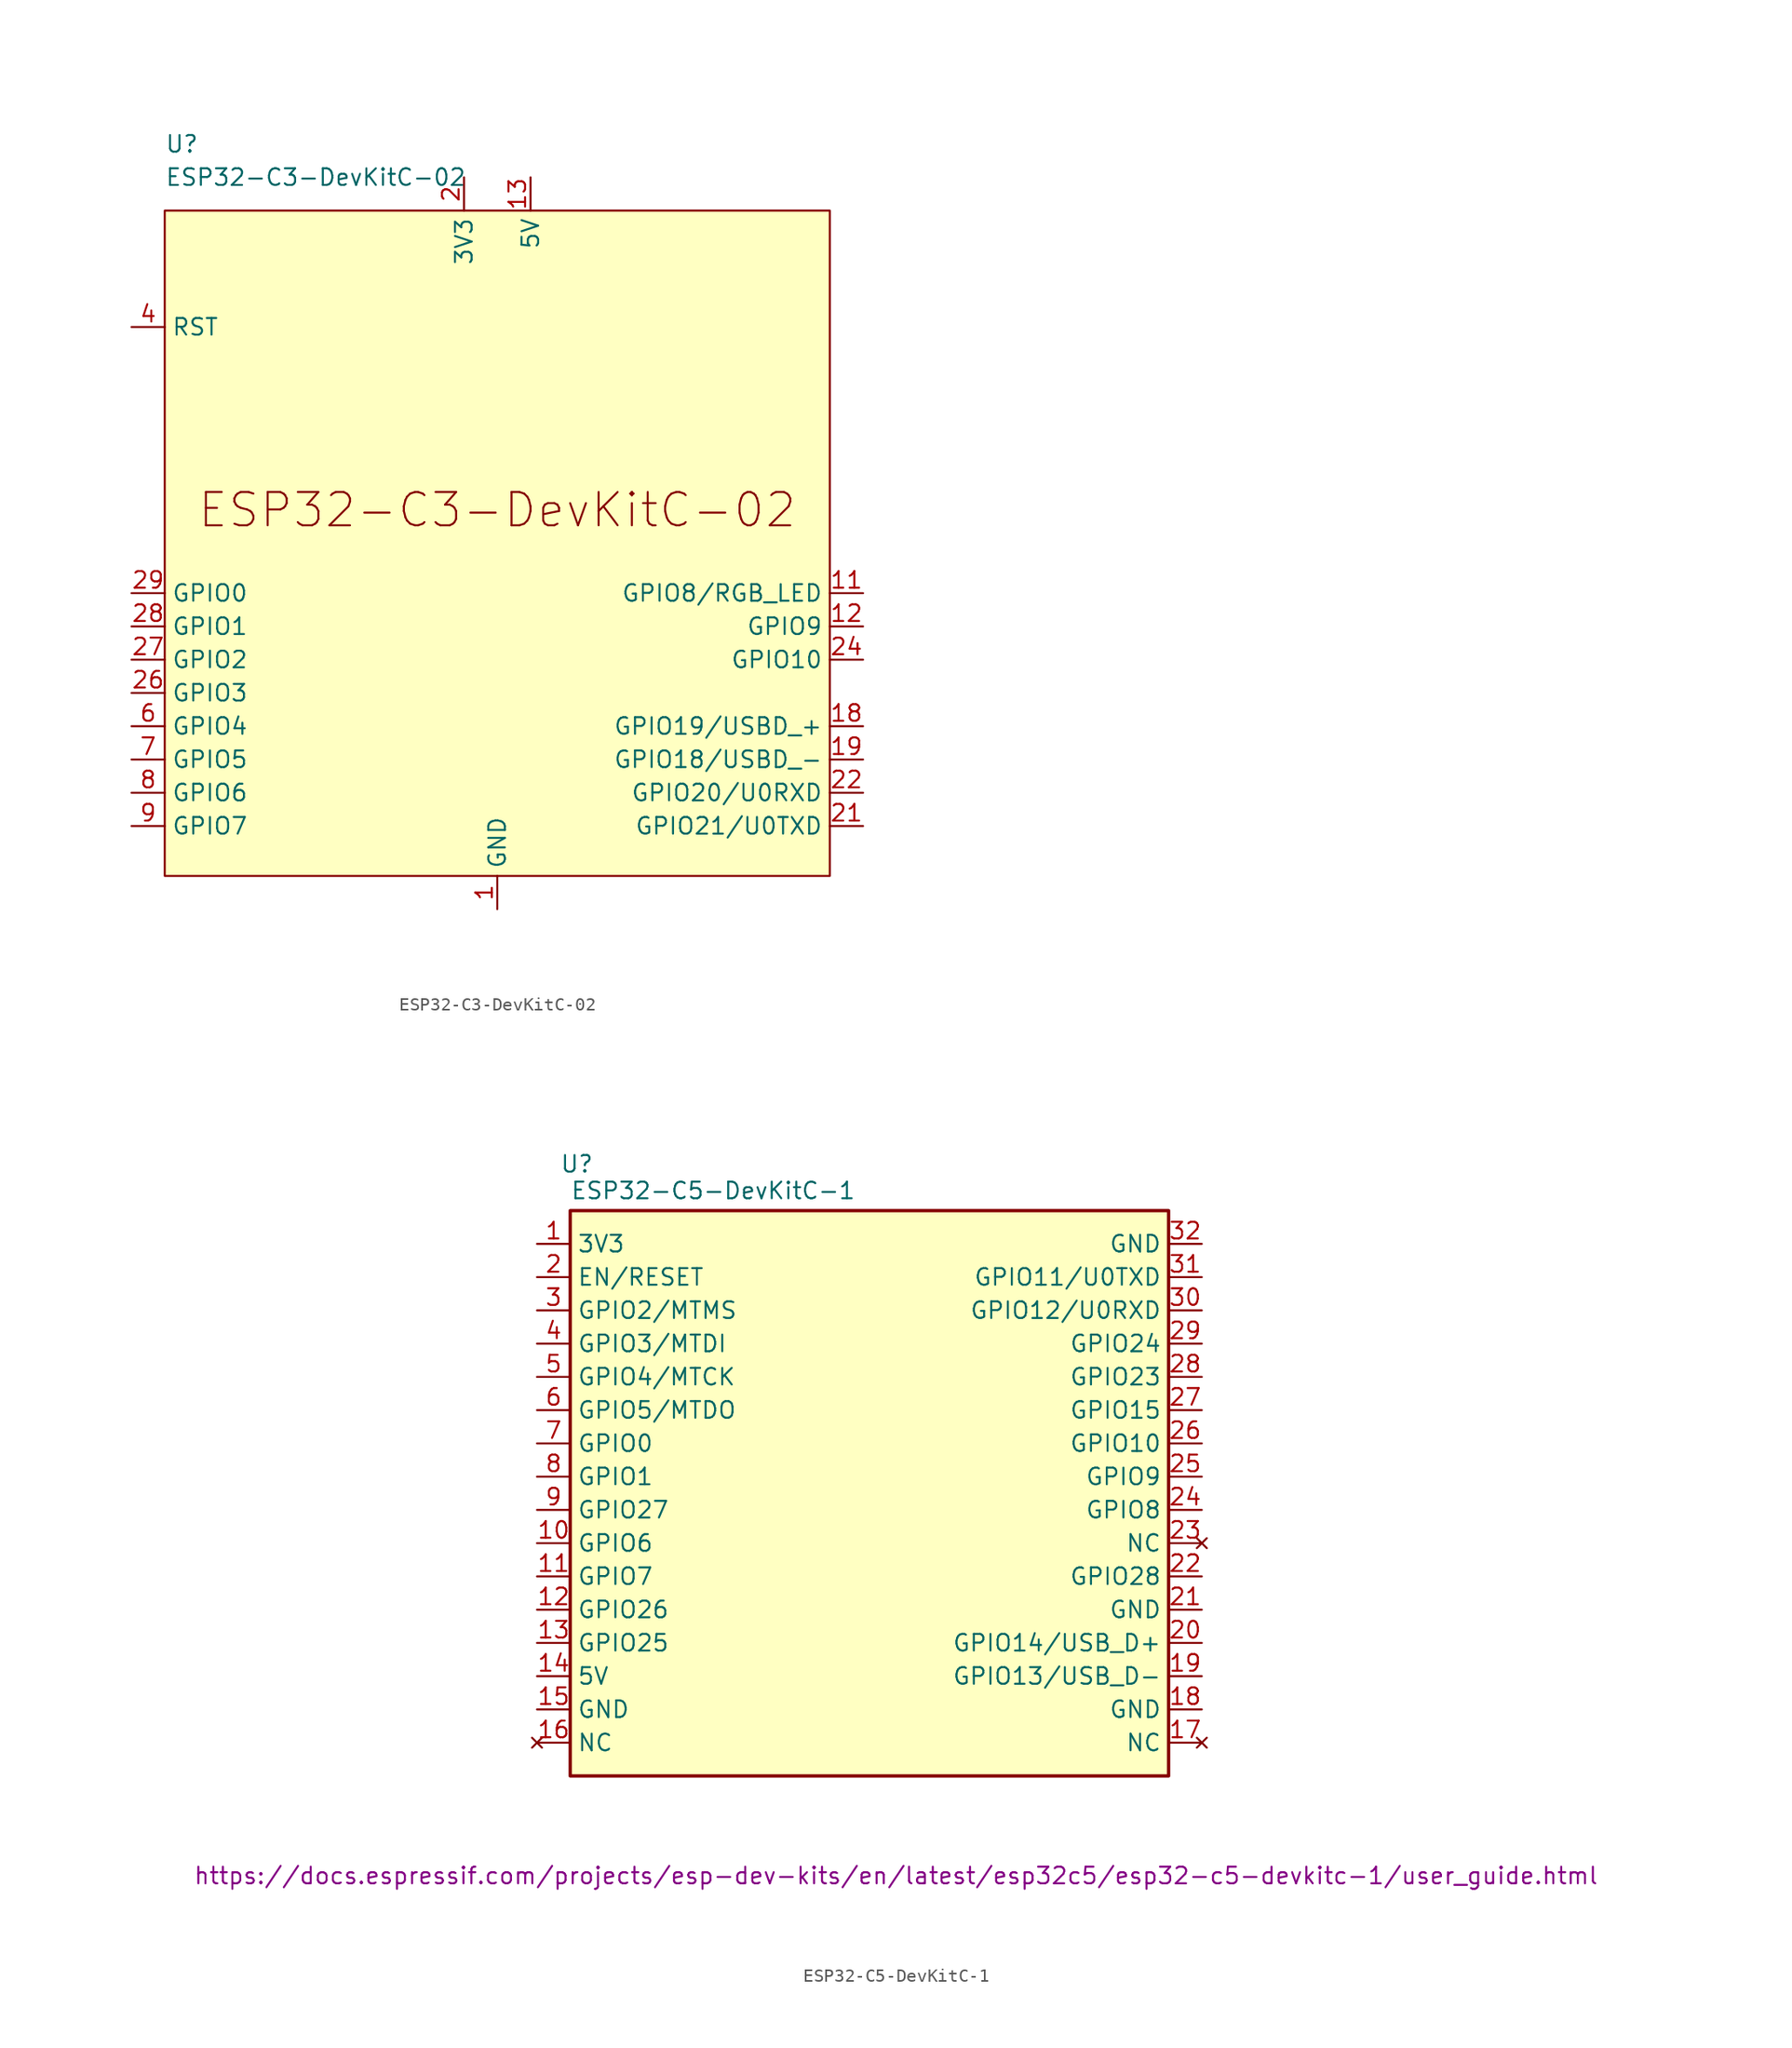
<source format=kicad_sym>
(kicad_symbol_lib
  (version 20241209)
  (generator "kicad_symbol_editor")
  (generator_version "9.0")
  (symbol "ESP32-C3-DevKitC-02"
    (property "Reference" "U"
      (at -25.4 30.48 0)
      (effects (font (size 1.27 1.27)) (justify left)))
    (property "Value" "ESP32-C3-DevKitC-02"
      (at -25.4 27.94 0)
      (effects (font (size 1.27 1.27)) (justify left)))
    (symbol "ESP32-C3-DevKitC-02_0_1"
      (rectangle (start -25.4 25.4) (end 25.4 -25.4) (stroke (width 0) (type default)) (fill (type background))))
    (symbol "ESP32-C3-DevKitC-02_1_0"
      (text "ESP32-C3-DevKitC-02" (at 0 2.54 0) (effects (font (size 2.54 2.54)))))
    (symbol "ESP32-C3-DevKitC-02_1_1"
      (pin output line (at -27.94 16.51 0) (length 2.54) (name "RST" (effects (font (size 1.27 1.27)))) (number "4" (effects (font (size 1.27 1.27)))))
      (pin bidirectional line (at -27.94 -3.81 0) (length 2.54) (name "GPIO0" (effects (font (size 1.27 1.27)))) (number "29" (effects (font (size 1.27 1.27)))))
      (pin bidirectional line (at -27.94 -6.35 0) (length 2.54) (name "GPIO1" (effects (font (size 1.27 1.27)))) (number "28" (effects (font (size 1.27 1.27)))))
      (pin bidirectional line (at -27.94 -8.89 0) (length 2.54) (name "GPIO2" (effects (font (size 1.27 1.27)))) (number "27" (effects (font (size 1.27 1.27)))))
      (pin bidirectional line (at -27.94 -11.43 0) (length 2.54) (name "GPIO3" (effects (font (size 1.27 1.27)))) (number "26" (effects (font (size 1.27 1.27)))))
      (pin bidirectional line (at -27.94 -13.97 0) (length 2.54) (name "GPIO4" (effects (font (size 1.27 1.27)))) (number "6" (effects (font (size 1.27 1.27)))))
      (pin bidirectional line (at -27.94 -16.51 0) (length 2.54) (name "GPIO5" (effects (font (size 1.27 1.27)))) (number "7" (effects (font (size 1.27 1.27)))))
      (pin bidirectional line (at -27.94 -19.05 0) (length 2.54) (name "GPIO6" (effects (font (size 1.27 1.27)))) (number "8" (effects (font (size 1.27 1.27)))))
      (pin bidirectional line (at -27.94 -21.59 0) (length 2.54) (name "GPIO7" (effects (font (size 1.27 1.27)))) (number "9" (effects (font (size 1.27 1.27)))))
      (pin power_in line (at -2.54 27.94 270) (length 2.54) (name "3V3" (effects (font (size 1.27 1.27)))) (number "2" (effects (font (size 1.27 1.27)))))
      (pin power_in line (at -2.54 27.94 270) (length 2.54) (hide yes) (name "3V3" (effects (font (size 1.27 1.27)))) (number "3" (effects (font (size 1.27 1.27)))))
      (pin passive line (at 0 -27.94 90) (length 2.54) (name "GND" (effects (font (size 1.27 1.27)))) (number "1" (effects (font (size 1.27 1.27)))))
      (pin passive line (at 0 -27.94 90) (length 2.54) (hide yes) (name "GND" (effects (font (size 1.27 1.27)))) (number "10" (effects (font (size 1.27 1.27)))))
      (pin passive line (at 0 -27.94 90) (length 2.54) (hide yes) (name "GND" (effects (font (size 1.27 1.27)))) (number "15" (effects (font (size 1.27 1.27)))))
      (pin passive line (at 0 -27.94 90) (length 2.54) (hide yes) (name "GND" (effects (font (size 1.27 1.27)))) (number "16" (effects (font (size 1.27 1.27)))))
      (pin passive line (at 0 -27.94 90) (length 2.54) (hide yes) (name "GND" (effects (font (size 1.27 1.27)))) (number "17" (effects (font (size 1.27 1.27)))))
      (pin passive line (at 0 -27.94 90) (length 2.54) (hide yes) (name "GND" (effects (font (size 1.27 1.27)))) (number "20" (effects (font (size 1.27 1.27)))))
      (pin passive line (at 0 -27.94 90) (length 2.54) (hide yes) (name "GND" (effects (font (size 1.27 1.27)))) (number "23" (effects (font (size 1.27 1.27)))))
      (pin passive line (at 0 -27.94 90) (length 2.54) (hide yes) (name "GND" (effects (font (size 1.27 1.27)))) (number "25" (effects (font (size 1.27 1.27)))))
      (pin passive line (at 0 -27.94 90) (length 2.54) (hide yes) (name "GND" (effects (font (size 1.27 1.27)))) (number "30" (effects (font (size 1.27 1.27)))))
      (pin passive line (at 0 -27.94 90) (length 2.54) (hide yes) (name "GND" (effects (font (size 1.27 1.27)))) (number "5" (effects (font (size 1.27 1.27)))))
      (pin power_in line (at 2.54 27.94 270) (length 2.54) (name "5V" (effects (font (size 1.27 1.27)))) (number "13" (effects (font (size 1.27 1.27)))))
      (pin power_in line (at 2.54 27.94 270) (length 2.54) (hide yes) (name "5V" (effects (font (size 1.27 1.27)))) (number "14" (effects (font (size 1.27 1.27)))))
      (pin bidirectional line (at 27.94 -3.81 180) (length 2.54) (name "GPIO8/RGB_LED" (effects (font (size 1.27 1.27)))) (number "11" (effects (font (size 1.27 1.27)))))
      (pin bidirectional line (at 27.94 -6.35 180) (length 2.54) (name "GPIO9" (effects (font (size 1.27 1.27)))) (number "12" (effects (font (size 1.27 1.27)))))
      (pin bidirectional line (at 27.94 -8.89 180) (length 2.54) (name "GPIO10" (effects (font (size 1.27 1.27)))) (number "24" (effects (font (size 1.27 1.27)))))
      (pin bidirectional line (at 27.94 -13.97 180) (length 2.54) (name "GPIO19/USBD_+" (effects (font (size 1.27 1.27)))) (number "18" (effects (font (size 1.27 1.27)))))
      (pin bidirectional line (at 27.94 -16.51 180) (length 2.54) (name "GPIO18/USBD_-" (effects (font (size 1.27 1.27)))) (number "19" (effects (font (size 1.27 1.27)))))
      (pin bidirectional line (at 27.94 -19.05 180) (length 2.54) (name "GPIO20/U0RXD" (effects (font (size 1.27 1.27)))) (number "22" (effects (font (size 1.27 1.27)))))
      (pin bidirectional line (at 27.94 -21.59 180) (length 2.54) (name "GPIO21/U0TXD" (effects (font (size 1.27 1.27)))) (number "21" (effects (font (size 1.27 1.27)))))))
  (symbol "ESP32-C5-DevKitC-1"
    (property "Reference" "U"
      (at -22.352 -0.254 0)
      (effects (font (size 1.27 1.27))))
    (property "Value" "ESP32-C5-DevKitC-1"
      (at -11.938 -2.286 0)
      (effects (font (size 1.27 1.27))))
    (property "Datasheet" "https://docs.espressif.com/projects/esp-dev-kits/en/latest/esp32c5/esp32-c5-devkitc-1/user_guide.html"
      (at 2.032 -54.61 0)
      (effects (font (size 1.27 1.27))))
    (symbol "ESP32-C5-DevKitC-1_0_1"
      (rectangle (start -22.86 -3.81) (end 22.86 -46.99) (stroke (width 0.254) (type default)) (fill (type background))))
    (symbol "ESP32-C5-DevKitC-1_1_0"
      (pin input line (at -25.4 -8.89 0) (length 2.54) (name "EN/RESET" (effects (font (size 1.27 1.27)))) (number "2" (effects (font (size 1.27 1.27)))))
      (pin power_in line (at -25.4 -39.37 0) (length 2.54) (name "5V" (effects (font (size 1.27 1.27)))) (number "14" (effects (font (size 1.27 1.27))))))
    (symbol "ESP32-C5-DevKitC-1_1_1"
      (pin power_in line (at -25.4 -6.35 0) (length 2.54) (name "3V3" (effects (font (size 1.27 1.27)))) (number "1" (effects (font (size 1.27 1.27)))))
      (pin bidirectional line (at -25.4 -11.43 0) (length 2.54) (name "GPIO2/MTMS" (effects (font (size 1.27 1.27)))) (number "3" (effects (font (size 1.27 1.27)))) (alternate "GPIO4" bidirectional line) (alternate "GPIO4/ADC1_CH4" bidirectional line) (alternate "GPIO4/FSPIHD" bidirectional line) (alternate "GPIO4/LP_GPIO4" bidirectional line) (alternate "GPIO4/LP_UART_RXD" bidirectional line))
      (pin bidirectional line (at -25.4 -13.97 0) (length 2.54) (name "GPIO3/MTDI" (effects (font (size 1.27 1.27)))) (number "4" (effects (font (size 1.27 1.27)))) (alternate "GPIO5" bidirectional line) (alternate "GPIO5/ADC1_CH5" bidirectional line) (alternate "GPIO5/FSPIWP" bidirectional line) (alternate "GPIO5/LP_GPIO5" bidirectional line) (alternate "GPIO5/LP_UART_TXD" bidirectional line))
      (pin bidirectional line (at -25.4 -16.51 0) (length 2.54) (name "GPIO4/MTCK" (effects (font (size 1.27 1.27)))) (number "5" (effects (font (size 1.27 1.27)))) (alternate "GPIO6/ADC1_CH6" bidirectional line) (alternate "GPIO6/FSPICLK" bidirectional line) (alternate "GPIO6/LP_GPIO6" bidirectional line) (alternate "GPIO6/LP_I2C_SDA" bidirectional line) (alternate "GPIO6/MTCK" bidirectional line))
      (pin bidirectional line (at -25.4 -19.05 0) (length 2.54) (name "GPIO5/MTDO" (effects (font (size 1.27 1.27)))) (number "6" (effects (font (size 1.27 1.27)))))
      (pin bidirectional line (at -25.4 -21.59 0) (length 2.54) (name "GPIO0" (effects (font (size 1.27 1.27)))) (number "7" (effects (font (size 1.27 1.27)))) (alternate "GPIO0/ADC1_CH0" bidirectional line) (alternate "GPIO0/LP_GPIO0" bidirectional line) (alternate "GPIO0/LP_UART_DTRN" bidirectional line) (alternate "GPIO0/XTAL_32K_P" bidirectional line))
      (pin bidirectional line (at -25.4 -24.13 0) (length 2.54) (name "GPIO1" (effects (font (size 1.27 1.27)))) (number "8" (effects (font (size 1.27 1.27)))) (alternate "GPIO1/ADC1_CH1" bidirectional line) (alternate "GPIO1/LP_GPIO1" bidirectional line) (alternate "GPIO1/LP_UART_DSRN" bidirectional line) (alternate "GPIO1/XTAL_32K_N" bidirectional line))
      (pin bidirectional line (at -25.4 -26.67 0) (length 2.54) (name "GPIO27" (effects (font (size 1.27 1.27)))) (number "9" (effects (font (size 1.27 1.27)))))
      (pin bidirectional line (at -25.4 -29.21 0) (length 2.54) (name "GPIO6" (effects (font (size 1.27 1.27)))) (number "10" (effects (font (size 1.27 1.27)))))
      (pin bidirectional line (at -25.4 -31.75 0) (length 2.54) (name "GPIO7" (effects (font (size 1.27 1.27)))) (number "11" (effects (font (size 1.27 1.27)))))
      (pin bidirectional line (at -25.4 -34.29 0) (length 2.54) (name "GPIO26" (effects (font (size 1.27 1.27)))) (number "12" (effects (font (size 1.27 1.27)))) (alternate "GPIO2/ADC1_CH2" bidirectional line) (alternate "GPIO2/FSPIQ" bidirectional line) (alternate "GPIO2/LP_GPIO2" bidirectional line) (alternate "GPIO2/LP_UART_RTSN" bidirectional line))
      (pin bidirectional line (at -25.4 -36.83 0) (length 2.54) (name "GPIO25" (effects (font (size 1.27 1.27)))) (number "13" (effects (font (size 1.27 1.27)))) (alternate "GPIO3/ADC1_CH3" bidirectional line) (alternate "GPIO3/LP_GPIO3" bidirectional line) (alternate "GPIO3/LP_UART_CTSN" bidirectional line))
      (pin power_in line (at -25.4 -41.91 0) (length 2.54) (name "GND" (effects (font (size 1.27 1.27)))) (number "15" (effects (font (size 1.27 1.27)))))
      (pin no_connect line (at -25.4 -44.45 0) (length 2.54) (name "NC" (effects (font (size 1.27 1.27)))) (number "16" (effects (font (size 1.27 1.27)))))
      (pin power_in line (at 25.4 -6.35 180) (length 2.54) (name "GND" (effects (font (size 1.27 1.27)))) (number "32" (effects (font (size 1.27 1.27)))))
      (pin bidirectional line (at 25.4 -8.89 180) (length 2.54) (name "GPIO11/U0TXD" (effects (font (size 1.27 1.27)))) (number "31" (effects (font (size 1.27 1.27)))) (alternate "GPIO16" bidirectional line) (alternate "GPIO16/FSPICS0" bidirectional line))
      (pin bidirectional line (at 25.4 -11.43 180) (length 2.54) (name "GPIO12/U0RXD" (effects (font (size 1.27 1.27)))) (number "30" (effects (font (size 1.27 1.27)))) (alternate "GPIO17" bidirectional line) (alternate "GPIO17/FSPICS1" bidirectional line))
      (pin bidirectional line (at 25.4 -13.97 180) (length 2.54) (name "GPIO24" (effects (font (size 1.27 1.27)))) (number "29" (effects (font (size 1.27 1.27)))))
      (pin bidirectional line (at 25.4 -16.51 180) (length 2.54) (name "GPIO23" (effects (font (size 1.27 1.27)))) (number "28" (effects (font (size 1.27 1.27)))) (alternate "GPIO23/SDIO_DATA3" bidirectional line))
      (pin bidirectional line (at 25.4 -19.05 180) (length 2.54) (name "GPIO15" (effects (font (size 1.27 1.27)))) (number "27" (effects (font (size 1.27 1.27)))) (alternate "GPIO22/SDIO_DATA2" bidirectional line))
      (pin bidirectional line (at 25.4 -21.59 180) (length 2.54) (name "GPIO10" (effects (font (size 1.27 1.27)))) (number "26" (effects (font (size 1.27 1.27)))) (alternate "GPIO21/FSPICS5" bidirectional line) (alternate "GPIO21/SDIO_DATA1" bidirectional line))
      (pin bidirectional line (at 25.4 -24.13 180) (length 2.54) (name "GPIO9" (effects (font (size 1.27 1.27)))) (number "25" (effects (font (size 1.27 1.27)))) (alternate "GPIO20/FSPICS4" bidirectional line) (alternate "GPIO20/SDIO_DATA0" bidirectional line))
      (pin bidirectional line (at 25.4 -26.67 180) (length 2.54) (name "GPIO8" (effects (font (size 1.27 1.27)))) (number "24" (effects (font (size 1.27 1.27)))) (alternate "GPIO19/FSPICS3" bidirectional line) (alternate "GPIO19/SDIO_CLK" bidirectional line))
      (pin no_connect line (at 25.4 -29.21 180) (length 2.54) (name "NC" (effects (font (size 1.27 1.27)))) (number "23" (effects (font (size 1.27 1.27)))) (alternate "GPIO18/FSPICS2" bidirectional line) (alternate "GPIO18/SDIO_CMD" bidirectional line))
      (pin bidirectional line (at 25.4 -31.75 180) (length 2.54) (name "GPIO28" (effects (font (size 1.27 1.27)))) (number "22" (effects (font (size 1.27 1.27)))))
      (pin power_in line (at 25.4 -34.29 180) (length 2.54) (name "GND" (effects (font (size 1.27 1.27)))) (number "21" (effects (font (size 1.27 1.27)))))
      (pin bidirectional line (at 25.4 -36.83 180) (length 2.54) (name "GPIO14/USB_D+" (effects (font (size 1.27 1.27)))) (number "20" (effects (font (size 1.27 1.27)))) (alternate "GPIO13" bidirectional line))
      (pin bidirectional line (at 25.4 -39.37 180) (length 2.54) (name "GPIO13/USB_D-" (effects (font (size 1.27 1.27)))) (number "19" (effects (font (size 1.27 1.27)))) (alternate "GPIO12" bidirectional line))
      (pin power_in line (at 25.4 -41.91 180) (length 2.54) (name "GND" (effects (font (size 1.27 1.27)))) (number "18" (effects (font (size 1.27 1.27)))))
      (pin no_connect line (at 25.4 -44.45 180) (length 2.54) (name "NC" (effects (font (size 1.27 1.27)))) (number "17" (effects (font (size 1.27 1.27))))))))
</source>
